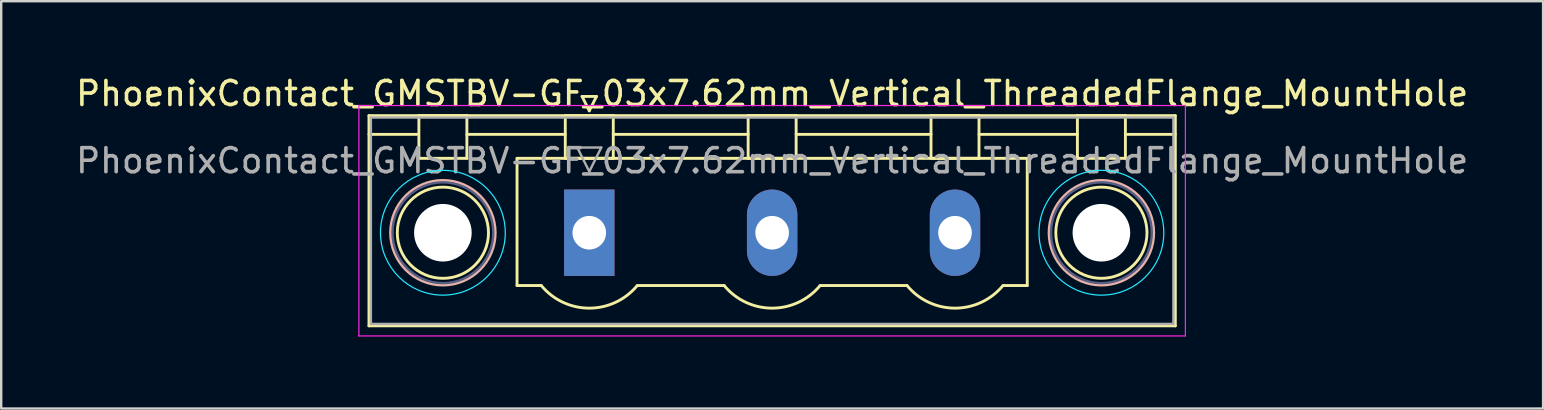
<source format=kicad_pcb>
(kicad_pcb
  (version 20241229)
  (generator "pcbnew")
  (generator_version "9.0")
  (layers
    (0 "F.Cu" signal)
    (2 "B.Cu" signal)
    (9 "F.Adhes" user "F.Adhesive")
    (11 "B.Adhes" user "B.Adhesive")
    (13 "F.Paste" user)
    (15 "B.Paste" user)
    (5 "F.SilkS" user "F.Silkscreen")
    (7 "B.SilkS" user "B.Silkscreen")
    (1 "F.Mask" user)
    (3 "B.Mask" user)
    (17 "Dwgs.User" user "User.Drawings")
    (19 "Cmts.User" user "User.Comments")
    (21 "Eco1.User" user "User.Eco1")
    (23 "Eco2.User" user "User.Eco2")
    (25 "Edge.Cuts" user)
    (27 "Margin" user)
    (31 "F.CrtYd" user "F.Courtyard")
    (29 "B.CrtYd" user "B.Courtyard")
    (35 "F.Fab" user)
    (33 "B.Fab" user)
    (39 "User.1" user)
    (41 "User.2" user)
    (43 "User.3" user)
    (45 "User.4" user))
  (footprint "PhoenixContact_GMSTBV-GF_03x7.62mm_Vertical_ThreadedFlange_MountHole"
    (layer "F.Cu")
    (at 21.505 6.648)
    (property "Reference" "PhoenixContact_GMSTBV-GF_03x7.62mm_Vertical_ThreadedFlange_MountHole" (at 7.62 -5.8 0) (layer "F.SilkS") (effects (font (size 1 1) (thickness 0.15))))
    (attr through_hole)
    (fp_line (start -9.18 -4.88) (end -9.18 3.88) (stroke (width 0.12) (type solid)) (layer "F.SilkS"))
    (fp_line (start -9.18 -4.1) (end -7.18 -4.1) (stroke (width 0.12) (type solid)) (layer "F.SilkS"))
    (fp_line (start -9.18 3.88) (end 24.42 3.88) (stroke (width 0.12) (type solid)) (layer "F.SilkS"))
    (fp_line (start -7.1 -4.88) (end -5.1 -4.88) (stroke (width 0.12) (type solid)) (layer "F.SilkS"))
    (fp_line (start -7.1 -3.1) (end -7.1 -4.88) (stroke (width 0.12) (type solid)) (layer "F.SilkS"))
    (fp_line (start -5.1 -4.88) (end -5.1 -3.1) (stroke (width 0.12) (type solid)) (layer "F.SilkS"))
    (fp_line (start -5.1 -4.1) (end -1 -4.1) (stroke (width 0.12) (type solid)) (layer "F.SilkS"))
    (fp_line (start -5.1 -3.1) (end -7.1 -3.1) (stroke (width 0.12) (type solid)) (layer "F.SilkS"))
    (fp_line (start -3.01 -3.1) (end 18.25 -3.1) (stroke (width 0.12) (type solid)) (layer "F.SilkS"))
    (fp_line (start -3.01 2.2) (end -3.01 -3.1) (stroke (width 0.12) (type solid)) (layer "F.SilkS"))
    (fp_line (start -2 2.2) (end -3.01 2.2) (stroke (width 0.12) (type solid)) (layer "F.SilkS"))
    (fp_line (start -1 -4.88) (end 1 -4.88) (stroke (width 0.12) (type solid)) (layer "F.SilkS"))
    (fp_line (start -1 -3.1) (end -1 -4.88) (stroke (width 0.12) (type solid)) (layer "F.SilkS"))
    (fp_line (start -0.3 -5.68) (end 0.3 -5.68) (stroke (width 0.12) (type solid)) (layer "F.SilkS"))
    (fp_line (start 0 -5.08) (end -0.3 -5.68) (stroke (width 0.12) (type solid)) (layer "F.SilkS"))
    (fp_line (start 0.3 -5.68) (end 0 -5.08) (stroke (width 0.12) (type solid)) (layer "F.SilkS"))
    (fp_line (start 1 -4.88) (end 1 -3.1) (stroke (width 0.12) (type solid)) (layer "F.SilkS"))
    (fp_line (start 1 -4.1) (end 6.62 -4.1) (stroke (width 0.12) (type solid)) (layer "F.SilkS"))
    (fp_line (start 1 -3.1) (end -1 -3.1) (stroke (width 0.12) (type solid)) (layer "F.SilkS"))
    (fp_line (start 2 2.2) (end 5.62 2.2) (stroke (width 0.12) (type solid)) (layer "F.SilkS"))
    (fp_line (start 6.62 -4.88) (end 8.62 -4.88) (stroke (width 0.12) (type solid)) (layer "F.SilkS"))
    (fp_line (start 6.62 -3.1) (end 6.62 -4.88) (stroke (width 0.12) (type solid)) (layer "F.SilkS"))
    (fp_line (start 8.62 -4.88) (end 8.62 -3.1) (stroke (width 0.12) (type solid)) (layer "F.SilkS"))
    (fp_line (start 8.62 -4.1) (end 14.24 -4.1) (stroke (width 0.12) (type solid)) (layer "F.SilkS"))
    (fp_line (start 8.62 -3.1) (end 6.62 -3.1) (stroke (width 0.12) (type solid)) (layer "F.SilkS"))
    (fp_line (start 9.62 2.2) (end 13.24 2.2) (stroke (width 0.12) (type solid)) (layer "F.SilkS"))
    (fp_line (start 14.24 -4.88) (end 16.24 -4.88) (stroke (width 0.12) (type solid)) (layer "F.SilkS"))
    (fp_line (start 14.24 -3.1) (end 14.24 -4.88) (stroke (width 0.12) (type solid)) (layer "F.SilkS"))
    (fp_line (start 16.24 -4.88) (end 16.24 -3.1) (stroke (width 0.12) (type solid)) (layer "F.SilkS"))
    (fp_line (start 16.24 -4.1) (end 20.34 -4.1) (stroke (width 0.12) (type solid)) (layer "F.SilkS"))
    (fp_line (start 16.24 -3.1) (end 14.24 -3.1) (stroke (width 0.12) (type solid)) (layer "F.SilkS"))
    (fp_line (start 18.25 -3.1) (end 18.25 2.2) (stroke (width 0.12) (type solid)) (layer "F.SilkS"))
    (fp_line (start 18.25 2.2) (end 17.24 2.2) (stroke (width 0.12) (type solid)) (layer "F.SilkS"))
    (fp_line (start 20.34 -4.88) (end 22.34 -4.88) (stroke (width 0.12) (type solid)) (layer "F.SilkS"))
    (fp_line (start 20.34 -3.1) (end 20.34 -4.88) (stroke (width 0.12) (type solid)) (layer "F.SilkS"))
    (fp_line (start 22.34 -4.88) (end 22.34 -3.1) (stroke (width 0.12) (type solid)) (layer "F.SilkS"))
    (fp_line (start 22.34 -3.1) (end 20.34 -3.1) (stroke (width 0.12) (type solid)) (layer "F.SilkS"))
    (fp_line (start 24.42 -4.88) (end -9.18 -4.88) (stroke (width 0.12) (type solid)) (layer "F.SilkS"))
    (fp_line (start 24.42 -4.1) (end 22.42 -4.1) (stroke (width 0.12) (type solid)) (layer "F.SilkS"))
    (fp_line (start 24.42 3.88) (end 24.42 -4.88) (stroke (width 0.12) (type solid)) (layer "F.SilkS"))
    (fp_arc (start 1.986842 2.215821) (mid -0.010289 3.142758) (end -2 2.2) (stroke (width 0.12) (type solid)) (layer "F.SilkS"))
    (fp_arc (start 9.606842 2.215821) (mid 7.609711 3.142758) (end 5.62 2.2) (stroke (width 0.12) (type solid)) (layer "F.SilkS"))
    (fp_arc (start 17.226842 2.215821) (mid 15.229711 3.142758) (end 13.24 2.2) (stroke (width 0.12) (type solid)) (layer "F.SilkS"))
    (fp_circle (center -6.1 0) (end -4.2 0) (stroke (width 0.12) (type solid)) (fill no) (layer "F.SilkS"))
    (fp_circle (center 21.34 0) (end 23.24 0) (stroke (width 0.12) (type solid)) (fill no) (layer "F.SilkS"))
    (fp_circle (center -6.1 0) (end -3.92 0) (stroke (width 0.12) (type solid)) (fill no) (layer "B.SilkS"))
    (fp_circle (center 21.34 0) (end 23.52 0) (stroke (width 0.12) (type solid)) (fill no) (layer "B.SilkS"))
    (fp_circle (center -6.1 0) (end -3.5 0) (stroke (width 0.05) (type solid)) (fill no) (layer "B.CrtYd"))
    (fp_circle (center 21.34 0) (end 23.94 0) (stroke (width 0.05) (type solid)) (fill no) (layer "B.CrtYd"))
    (fp_line (start -9.6 -5.3) (end -9.6 4.3) (stroke (width 0.05) (type solid)) (layer "F.CrtYd"))
    (fp_line (start -9.6 4.3) (end 24.84 4.3) (stroke (width 0.05) (type solid)) (layer "F.CrtYd"))
    (fp_line (start 24.84 -5.3) (end -9.6 -5.3) (stroke (width 0.05) (type solid)) (layer "F.CrtYd"))
    (fp_line (start 24.84 4.3) (end 24.84 -5.3) (stroke (width 0.05) (type solid)) (layer "F.CrtYd"))
    (fp_circle (center -6.1 0) (end -4 0) (stroke (width 0.1) (type solid)) (fill no) (layer "B.Fab"))
    (fp_circle (center 21.34 0) (end 23.44 0) (stroke (width 0.1) (type solid)) (fill no) (layer "B.Fab"))
    (fp_line (start -9.1 -4.8) (end -9.1 3.8) (stroke (width 0.1) (type solid)) (layer "F.Fab"))
    (fp_line (start -9.1 3.8) (end 24.34 3.8) (stroke (width 0.1) (type solid)) (layer "F.Fab"))
    (fp_line (start -0.5 -3.55) (end 0.5 -3.55) (stroke (width 0.1) (type solid)) (layer "F.Fab"))
    (fp_line (start 0 -2.55) (end -0.5 -3.55) (stroke (width 0.1) (type solid)) (layer "F.Fab"))
    (fp_line (start 0.5 -3.55) (end 0 -2.55) (stroke (width 0.1) (type solid)) (layer "F.Fab"))
    (fp_line (start 24.34 -4.8) (end -9.1 -4.8) (stroke (width 0.1) (type solid)) (layer "F.Fab"))
    (fp_line (start 24.34 3.8) (end 24.34 -4.8) (stroke (width 0.1) (type solid)) (layer "F.Fab"))
    (fp_text user "${REFERENCE}" (at 7.62 -3 0) (layer "F.Fab") (effects (font (size 1 1) (thickness 0.15))))
    (pad "" np_thru_hole circle (at -6.1 0) (size 2.4 2.4) (drill 2.4) (layers "*.Cu" "*.Mask"))
    (pad "" np_thru_hole circle (at 21.34 0) (size 2.4 2.4) (drill 2.4) (layers "*.Cu" "*.Mask"))
    (pad "1" thru_hole rect (at 0 0) (size 2.1 3.6) (drill 1.4) (layers "*.Cu" "*.Mask"))
    (pad "2" thru_hole oval (at 7.62 0) (size 2.1 3.6) (drill 1.4) (layers "*.Cu" "*.Mask"))
    (pad "3" thru_hole oval (at 15.24 0) (size 2.1 3.6) (drill 1.4) (layers "*.Cu" "*.Mask")))
  (gr_rect
    (start -3 -3)
    (end 61.25 13.973)
    (stroke (width 0.1) (type default))
    (fill no)
    (layer "Edge.Cuts")))
</source>
